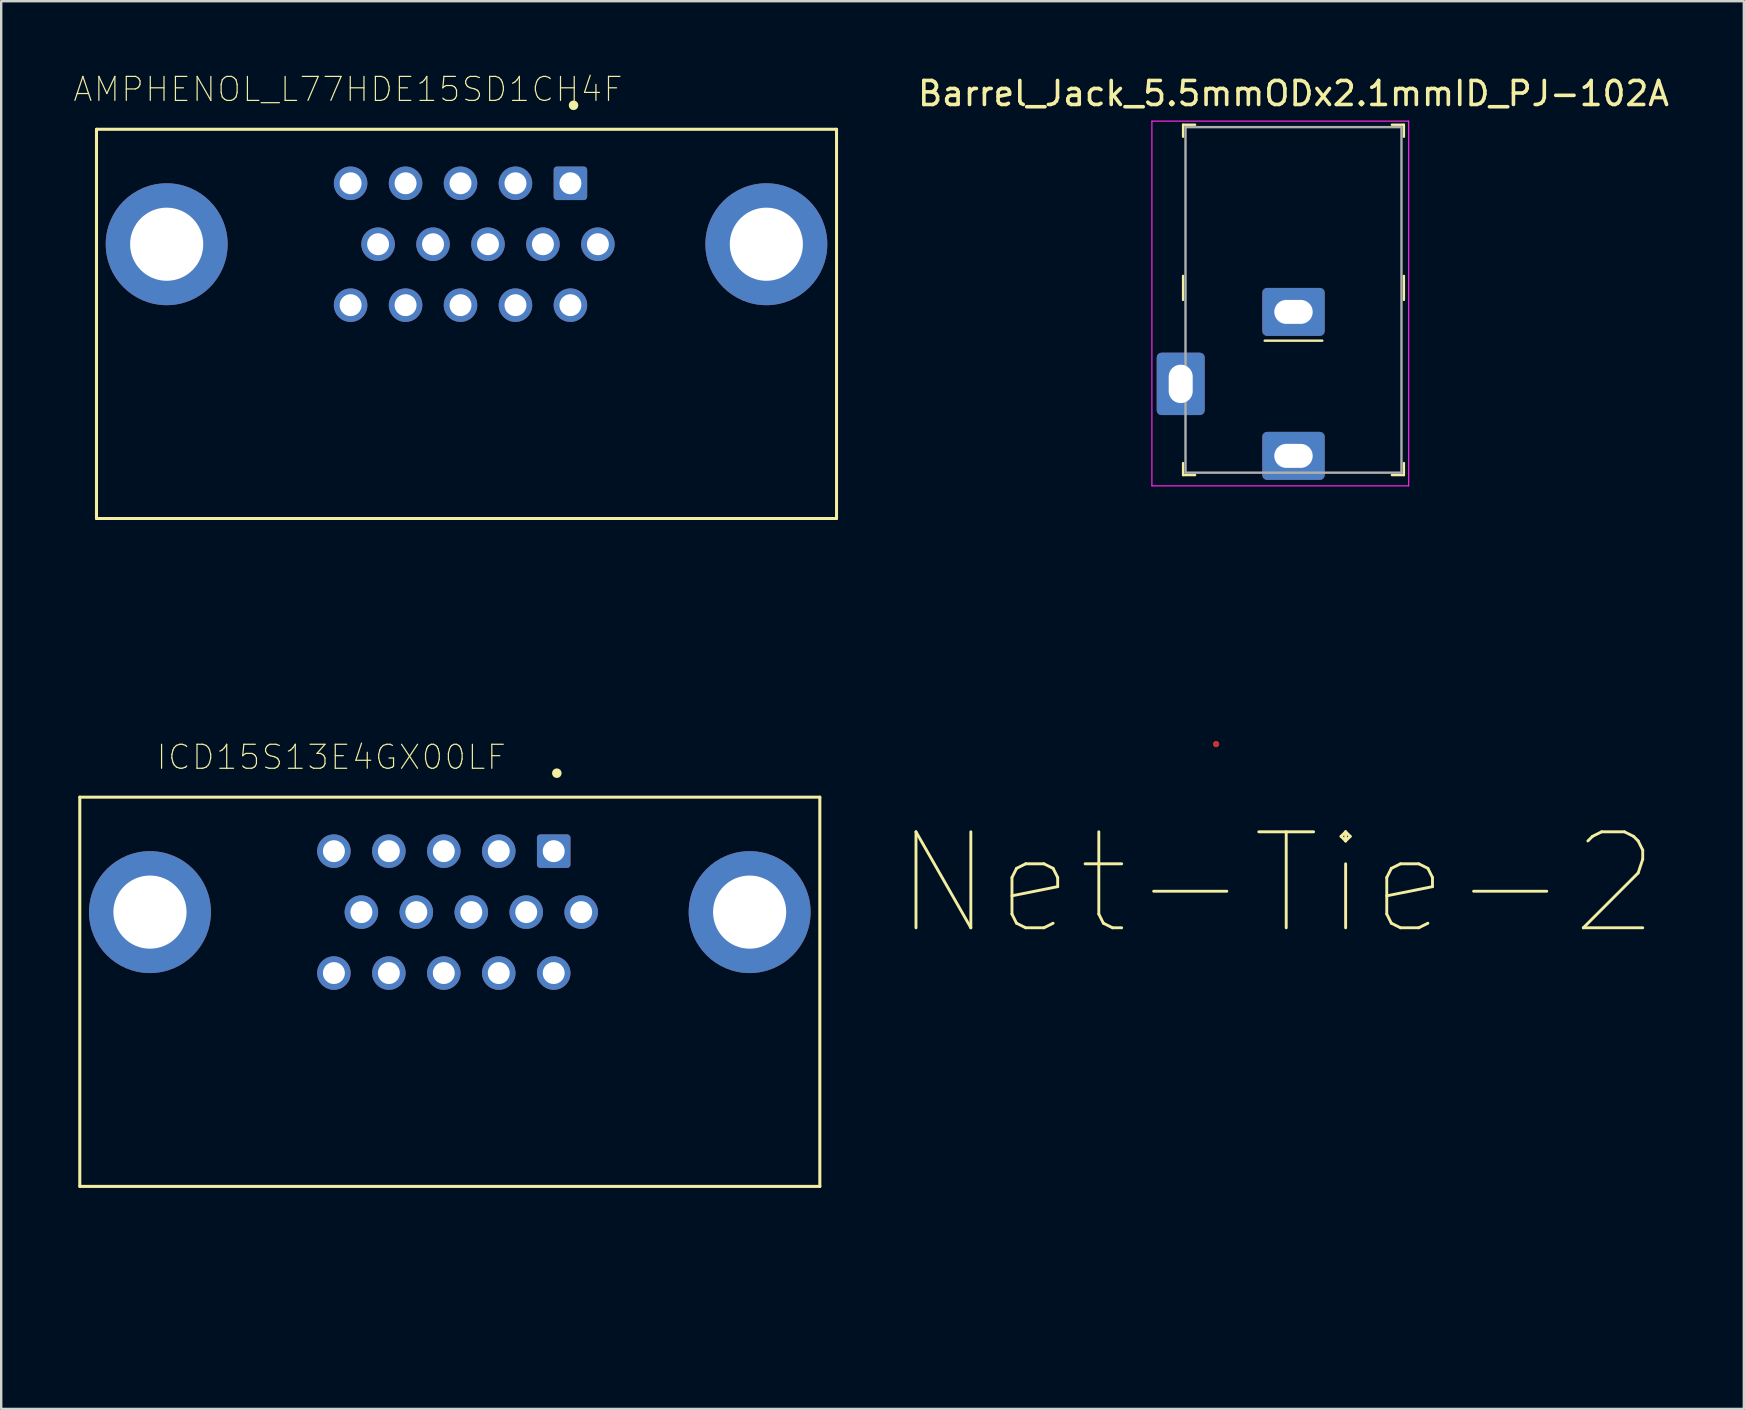
<source format=kicad_pcb>
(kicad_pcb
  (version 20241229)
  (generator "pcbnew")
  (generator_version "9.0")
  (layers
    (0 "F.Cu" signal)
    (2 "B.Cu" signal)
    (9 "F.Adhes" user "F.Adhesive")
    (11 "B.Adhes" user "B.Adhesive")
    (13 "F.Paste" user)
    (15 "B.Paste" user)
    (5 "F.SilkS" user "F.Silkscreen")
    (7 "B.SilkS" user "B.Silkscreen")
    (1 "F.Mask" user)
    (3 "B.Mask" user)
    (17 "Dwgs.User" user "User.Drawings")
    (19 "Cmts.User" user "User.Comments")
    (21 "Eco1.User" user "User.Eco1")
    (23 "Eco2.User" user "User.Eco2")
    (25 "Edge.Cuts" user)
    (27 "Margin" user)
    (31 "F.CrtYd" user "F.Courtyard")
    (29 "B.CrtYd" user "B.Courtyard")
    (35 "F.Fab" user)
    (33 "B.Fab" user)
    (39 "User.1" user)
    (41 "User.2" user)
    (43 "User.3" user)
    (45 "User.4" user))
  (footprint "ICD15S13E4GX00LF"
    (layer "F.Cu")
    (at 15.695 34.961)
    (property "Reference" "ICD15S13E4GX00LF" (at -4.94 -6.455 0) (layer "F.SilkS") (effects (font (size 1 1) (thickness 0.05))))
    (attr through_hole)
    (fp_line (start -15.42 -4.79) (end -15.42 11.43) (stroke (width 0.127) (type solid)) (layer "F.SilkS"))
    (fp_line (start -15.42 11.43) (end 15.42 11.43) (stroke (width 0.127) (type solid)) (layer "F.SilkS"))
    (fp_line (start 15.42 -4.79) (end -15.42 -4.79) (stroke (width 0.127) (type solid)) (layer "F.SilkS"))
    (fp_line (start 15.42 11.43) (end 15.42 -4.79) (stroke (width 0.127) (type solid)) (layer "F.SilkS"))
    (fp_circle (center 4.46 -5.79) (end 4.56 -5.79) (stroke (width 0.2) (type solid)) (fill no) (layer "F.SilkS"))
    (fp_line (start -15.67 -5.04) (end -15.67 11.68) (stroke (width 0.05) (type solid)) (layer "Eco1.User"))
    (fp_line (start -15.67 11.68) (end -8.38 11.68) (stroke (width 0.05) (type solid)) (layer "Eco1.User"))
    (fp_line (start -8.38 11.68) (end -8.38 17.68) (stroke (width 0.05) (type solid)) (layer "Eco1.User"))
    (fp_line (start -8.38 17.68) (end 8.38 17.68) (stroke (width 0.05) (type solid)) (layer "Eco1.User"))
    (fp_line (start 8.38 11.68) (end 15.67 11.68) (stroke (width 0.05) (type solid)) (layer "Eco1.User"))
    (fp_line (start 8.38 17.68) (end 8.38 11.68) (stroke (width 0.05) (type solid)) (layer "Eco1.User"))
    (fp_line (start 15.67 -5.04) (end -15.67 -5.04) (stroke (width 0.05) (type solid)) (layer "Eco1.User"))
    (fp_line (start 15.67 11.68) (end 15.67 -5.04) (stroke (width 0.05) (type solid)) (layer "Eco1.User"))
    (fp_line (start -15.42 -4.79) (end -15.42 11.43) (stroke (width 0.127) (type solid)) (layer "Eco2.User"))
    (fp_line (start -15.42 11.43) (end -8.13 11.43) (stroke (width 0.127) (type solid)) (layer "Eco2.User"))
    (fp_line (start -8.13 11.43) (end -8.13 17.43) (stroke (width 0.127) (type solid)) (layer "Eco2.User"))
    (fp_line (start -8.13 17.43) (end 8.13 17.43) (stroke (width 0.127) (type solid)) (layer "Eco2.User"))
    (fp_line (start 8.13 11.43) (end -8.13 11.43) (stroke (width 0.127) (type solid)) (layer "Eco2.User"))
    (fp_line (start 8.13 11.43) (end 15.42 11.43) (stroke (width 0.127) (type solid)) (layer "Eco2.User"))
    (fp_line (start 8.13 17.43) (end 8.13 11.43) (stroke (width 0.127) (type solid)) (layer "Eco2.User"))
    (fp_line (start 15.42 -4.79) (end -15.42 -4.79) (stroke (width 0.127) (type solid)) (layer "Eco2.User"))
    (fp_line (start 15.42 11.43) (end 15.42 -4.79) (stroke (width 0.127) (type solid)) (layer "Eco2.User"))
    (fp_circle (center 4.46 -5.79) (end 4.56 -5.79) (stroke (width 0.2) (type solid)) (fill no) (layer "Eco2.User"))
    (pad "1" thru_hole roundrect (at 4.33 -2.54) (size 1.397 1.397) (drill 0.914) (layers "*.Cu" "*.Mask") (roundrect_rratio 0.1))
    (pad "2" thru_hole circle (at 2.04 -2.54) (size 1.397 1.397) (drill 0.914) (layers "*.Cu" "*.Mask"))
    (pad "3" thru_hole circle (at -0.25 -2.54) (size 1.397 1.397) (drill 0.914) (layers "*.Cu" "*.Mask"))
    (pad "4" thru_hole circle (at -2.54 -2.54) (size 1.397 1.397) (drill 0.914) (layers "*.Cu" "*.Mask"))
    (pad "5" thru_hole circle (at -4.83 -2.54) (size 1.397 1.397) (drill 0.914) (layers "*.Cu" "*.Mask"))
    (pad "6" thru_hole circle (at 5.475 0) (size 1.397 1.397) (drill 0.914) (layers "*.Cu" "*.Mask"))
    (pad "7" thru_hole circle (at 3.185 0) (size 1.397 1.397) (drill 0.914) (layers "*.Cu" "*.Mask"))
    (pad "8" thru_hole circle (at 0.895 0) (size 1.397 1.397) (drill 0.914) (layers "*.Cu" "*.Mask"))
    (pad "9" thru_hole circle (at -1.395 0) (size 1.397 1.397) (drill 0.914) (layers "*.Cu" "*.Mask"))
    (pad "10" thru_hole circle (at -3.685 0) (size 1.397 1.397) (drill 0.914) (layers "*.Cu" "*.Mask"))
    (pad "11" thru_hole circle (at 4.33 2.54) (size 1.397 1.397) (drill 0.914) (layers "*.Cu" "*.Mask"))
    (pad "12" thru_hole circle (at 2.04 2.54) (size 1.397 1.397) (drill 0.914) (layers "*.Cu" "*.Mask"))
    (pad "13" thru_hole circle (at -0.25 2.54) (size 1.397 1.397) (drill 0.914) (layers "*.Cu" "*.Mask"))
    (pad "14" thru_hole circle (at -2.54 2.54) (size 1.397 1.397) (drill 0.914) (layers "*.Cu" "*.Mask"))
    (pad "15" thru_hole circle (at -4.83 2.54) (size 1.397 1.397) (drill 0.914) (layers "*.Cu" "*.Mask"))
    (pad "S" thru_hole circle (at -12.495 0) (size 5.08 5.08) (drill 3.048) (layers "*.Cu" "*.Mask"))
    (pad "S" thru_hole circle (at 12.495 0) (size 5.08 5.08) (drill 3.048) (layers "*.Cu" "*.Mask")))
  (footprint "Barrel_Jack_5.5mmODx2.1mmID_PJ-102A"
    (layer "F.Cu")
    (at 50.854 12.948)
    (property "Reference" "Barrel_Jack_5.5mmODx2.1mmID_PJ-102A" (at 0 -12.1 0) (layer "F.SilkS") (effects (font (size 1 1) (thickness 0.15))))
    (attr through_hole)
    (fp_line (start -4.6 -10.8) (end -4.6 -10.3) (stroke (width 0.1) (type solid)) (layer "F.SilkS"))
    (fp_line (start -4.6 -10.8) (end -4.1 -10.8) (stroke (width 0.1) (type solid)) (layer "F.SilkS"))
    (fp_line (start -4.6 -3.5) (end -4.6 -4.5) (stroke (width 0.1) (type solid)) (layer "F.SilkS"))
    (fp_line (start -4.6 3.8) (end -4.6 3.3) (stroke (width 0.1) (type solid)) (layer "F.SilkS"))
    (fp_line (start -4.6 3.8) (end -4.1 3.8) (stroke (width 0.1) (type solid)) (layer "F.SilkS"))
    (fp_line (start -1.2 -1.8) (end 1.2 -1.8) (stroke (width 0.1) (type solid)) (layer "F.SilkS"))
    (fp_line (start 4.6 -10.8) (end 4.1 -10.8) (stroke (width 0.1) (type solid)) (layer "F.SilkS"))
    (fp_line (start 4.6 -10.8) (end 4.6 -10.3) (stroke (width 0.1) (type solid)) (layer "F.SilkS"))
    (fp_line (start 4.6 -3.5) (end 4.6 -4.5) (stroke (width 0.1) (type solid)) (layer "F.SilkS"))
    (fp_line (start 4.6 3.8) (end 4.1 3.8) (stroke (width 0.1) (type solid)) (layer "F.SilkS"))
    (fp_line (start 4.6 3.8) (end 4.6 3.3) (stroke (width 0.1) (type solid)) (layer "F.SilkS"))
    (fp_line (start -5.9 -10.95) (end -5.9 4.25) (stroke (width 0.05) (type solid)) (layer "F.CrtYd"))
    (fp_line (start -5.9 -10.95) (end 4.8 -10.95) (stroke (width 0.05) (type solid)) (layer "F.CrtYd"))
    (fp_line (start -5.9 4.25) (end 4.8 4.25) (stroke (width 0.05) (type solid)) (layer "F.CrtYd"))
    (fp_line (start 4.8 -10.95) (end 4.8 4.25) (stroke (width 0.05) (type solid)) (layer "F.CrtYd"))
    (fp_line (start -4.5 -10.7) (end 4.5 -10.7) (stroke (width 0.1) (type solid)) (layer "F.Fab"))
    (fp_line (start -4.5 3.7) (end -4.5 -10.7) (stroke (width 0.1) (type solid)) (layer "F.Fab"))
    (fp_line (start -4.5 3.7) (end 4.5 3.7) (stroke (width 0.1) (type solid)) (layer "F.Fab"))
    (fp_line (start 4.5 3.7) (end 4.5 -10.7) (stroke (width 0.1) (type solid)) (layer "F.Fab"))
    (pad "1" thru_hole roundrect (at 0 3) (size 2.6 2) (drill oval 1.6 1) (layers "*.Cu" "*.Mask") (roundrect_rratio 0.1))
    (pad "2" thru_hole roundrect (at 0 -3) (size 2.6 2) (drill oval 1.6 1) (layers "*.Cu" "*.Mask") (roundrect_rratio 0.1))
    (pad "3" thru_hole roundrect (at -4.7 0) (size 2 2.6) (drill oval 1 1.6) (layers "*.Cu" "*.Mask") (roundrect_rratio 0.1)))
  (footprint "AMPHENOL_L77HDE15SD1CH4F"
    (layer "F.Cu")
    (at 16.391 7.128)
    (property "Reference" "AMPHENOL_L77HDE15SD1CH4F" (at -4.94 -6.455 0) (layer "F.SilkS") (effects (font (size 1 1) (thickness 0.05))))
    (attr through_hole)
    (fp_line (start -15.42 -4.79) (end -15.42 11.43) (stroke (width 0.127) (type solid)) (layer "F.SilkS"))
    (fp_line (start -15.42 11.43) (end 15.42 11.43) (stroke (width 0.127) (type solid)) (layer "F.SilkS"))
    (fp_line (start 15.42 -4.79) (end -15.42 -4.79) (stroke (width 0.127) (type solid)) (layer "F.SilkS"))
    (fp_line (start 15.42 11.43) (end 15.42 -4.79) (stroke (width 0.127) (type solid)) (layer "F.SilkS"))
    (fp_circle (center 4.46 -5.79) (end 4.56 -5.79) (stroke (width 0.2) (type solid)) (fill no) (layer "F.SilkS"))
    (fp_line (start -15.67 -5.04) (end -15.67 11.68) (stroke (width 0.05) (type solid)) (layer "Eco1.User"))
    (fp_line (start -15.67 11.68) (end -8.38 11.68) (stroke (width 0.05) (type solid)) (layer "Eco1.User"))
    (fp_line (start -8.38 11.68) (end -8.38 17.68) (stroke (width 0.05) (type solid)) (layer "Eco1.User"))
    (fp_line (start -8.38 17.68) (end 8.38 17.68) (stroke (width 0.05) (type solid)) (layer "Eco1.User"))
    (fp_line (start 8.38 11.68) (end 15.67 11.68) (stroke (width 0.05) (type solid)) (layer "Eco1.User"))
    (fp_line (start 8.38 17.68) (end 8.38 11.68) (stroke (width 0.05) (type solid)) (layer "Eco1.User"))
    (fp_line (start 15.67 -5.04) (end -15.67 -5.04) (stroke (width 0.05) (type solid)) (layer "Eco1.User"))
    (fp_line (start 15.67 11.68) (end 15.67 -5.04) (stroke (width 0.05) (type solid)) (layer "Eco1.User"))
    (fp_line (start -15.42 -4.79) (end -15.42 11.43) (stroke (width 0.127) (type solid)) (layer "Eco2.User"))
    (fp_line (start -15.42 11.43) (end -8.13 11.43) (stroke (width 0.127) (type solid)) (layer "Eco2.User"))
    (fp_line (start -8.13 11.43) (end -8.13 17.43) (stroke (width 0.127) (type solid)) (layer "Eco2.User"))
    (fp_line (start -8.13 17.43) (end 8.13 17.43) (stroke (width 0.127) (type solid)) (layer "Eco2.User"))
    (fp_line (start 8.13 11.43) (end -8.13 11.43) (stroke (width 0.127) (type solid)) (layer "Eco2.User"))
    (fp_line (start 8.13 11.43) (end 15.42 11.43) (stroke (width 0.127) (type solid)) (layer "Eco2.User"))
    (fp_line (start 8.13 17.43) (end 8.13 11.43) (stroke (width 0.127) (type solid)) (layer "Eco2.User"))
    (fp_line (start 15.42 -4.79) (end -15.42 -4.79) (stroke (width 0.127) (type solid)) (layer "Eco2.User"))
    (fp_line (start 15.42 11.43) (end 15.42 -4.79) (stroke (width 0.127) (type solid)) (layer "Eco2.User"))
    (fp_circle (center 4.46 -5.79) (end 4.56 -5.79) (stroke (width 0.2) (type solid)) (fill no) (layer "Eco2.User"))
    (pad "1" thru_hole roundrect (at 4.33 -2.54) (size 1.397 1.397) (drill 0.914) (layers "*.Cu" "*.Mask") (roundrect_rratio 0.1))
    (pad "2" thru_hole circle (at 2.04 -2.54) (size 1.397 1.397) (drill 0.914) (layers "*.Cu" "*.Mask"))
    (pad "3" thru_hole circle (at -0.25 -2.54) (size 1.397 1.397) (drill 0.914) (layers "*.Cu" "*.Mask"))
    (pad "4" thru_hole circle (at -2.54 -2.54) (size 1.397 1.397) (drill 0.914) (layers "*.Cu" "*.Mask"))
    (pad "5" thru_hole circle (at -4.83 -2.54) (size 1.397 1.397) (drill 0.914) (layers "*.Cu" "*.Mask"))
    (pad "6" thru_hole circle (at 5.475 0) (size 1.397 1.397) (drill 0.914) (layers "*.Cu" "*.Mask"))
    (pad "7" thru_hole circle (at 3.185 0) (size 1.397 1.397) (drill 0.914) (layers "*.Cu" "*.Mask"))
    (pad "8" thru_hole circle (at 0.895 0) (size 1.397 1.397) (drill 0.914) (layers "*.Cu" "*.Mask"))
    (pad "9" thru_hole circle (at -1.395 0) (size 1.397 1.397) (drill 0.914) (layers "*.Cu" "*.Mask"))
    (pad "10" thru_hole circle (at -3.685 0) (size 1.397 1.397) (drill 0.914) (layers "*.Cu" "*.Mask"))
    (pad "11" thru_hole circle (at 4.33 2.54) (size 1.397 1.397) (drill 0.914) (layers "*.Cu" "*.Mask"))
    (pad "12" thru_hole circle (at 2.04 2.54) (size 1.397 1.397) (drill 0.914) (layers "*.Cu" "*.Mask"))
    (pad "13" thru_hole circle (at -0.25 2.54) (size 1.397 1.397) (drill 0.914) (layers "*.Cu" "*.Mask"))
    (pad "14" thru_hole circle (at -2.54 2.54) (size 1.397 1.397) (drill 0.914) (layers "*.Cu" "*.Mask"))
    (pad "15" thru_hole circle (at -4.83 2.54) (size 1.397 1.397) (drill 0.914) (layers "*.Cu" "*.Mask"))
    (pad "S1" thru_hole circle (at -12.495 0) (size 5.08 5.08) (drill 3.048) (layers "*.Cu" "*.Mask"))
    (pad "S2" thru_hole circle (at 12.495 0) (size 5.08 5.08) (drill 3.048) (layers "*.Cu" "*.Mask")))
  (footprint "Net-Tie-2"
    (layer "F.Cu")
    (at 50.17 31.77)
    (property "Reference" "Net-Tie-2" (at 0 2 0) (layer "F.SilkS") (effects (font (size 4 4) (thickness 0.12))))
    (attr through_hole)
    (pad "1" smd circle (at -2.54 -3.81) (size 0.254 0.254) (layers "F.Cu" "F.Mask" "F.Paste"))
    (pad "2" smd circle (at -2.54 -3.81) (size 0.254 0.254) (layers "F.Cu" "F.Mask" "F.Paste")))
  (gr_rect
    (start -3 -3)
    (end 69.622 55.666)
    (stroke (width 0.1) (type default))
    (fill no)
    (layer "Edge.Cuts")))
</source>
